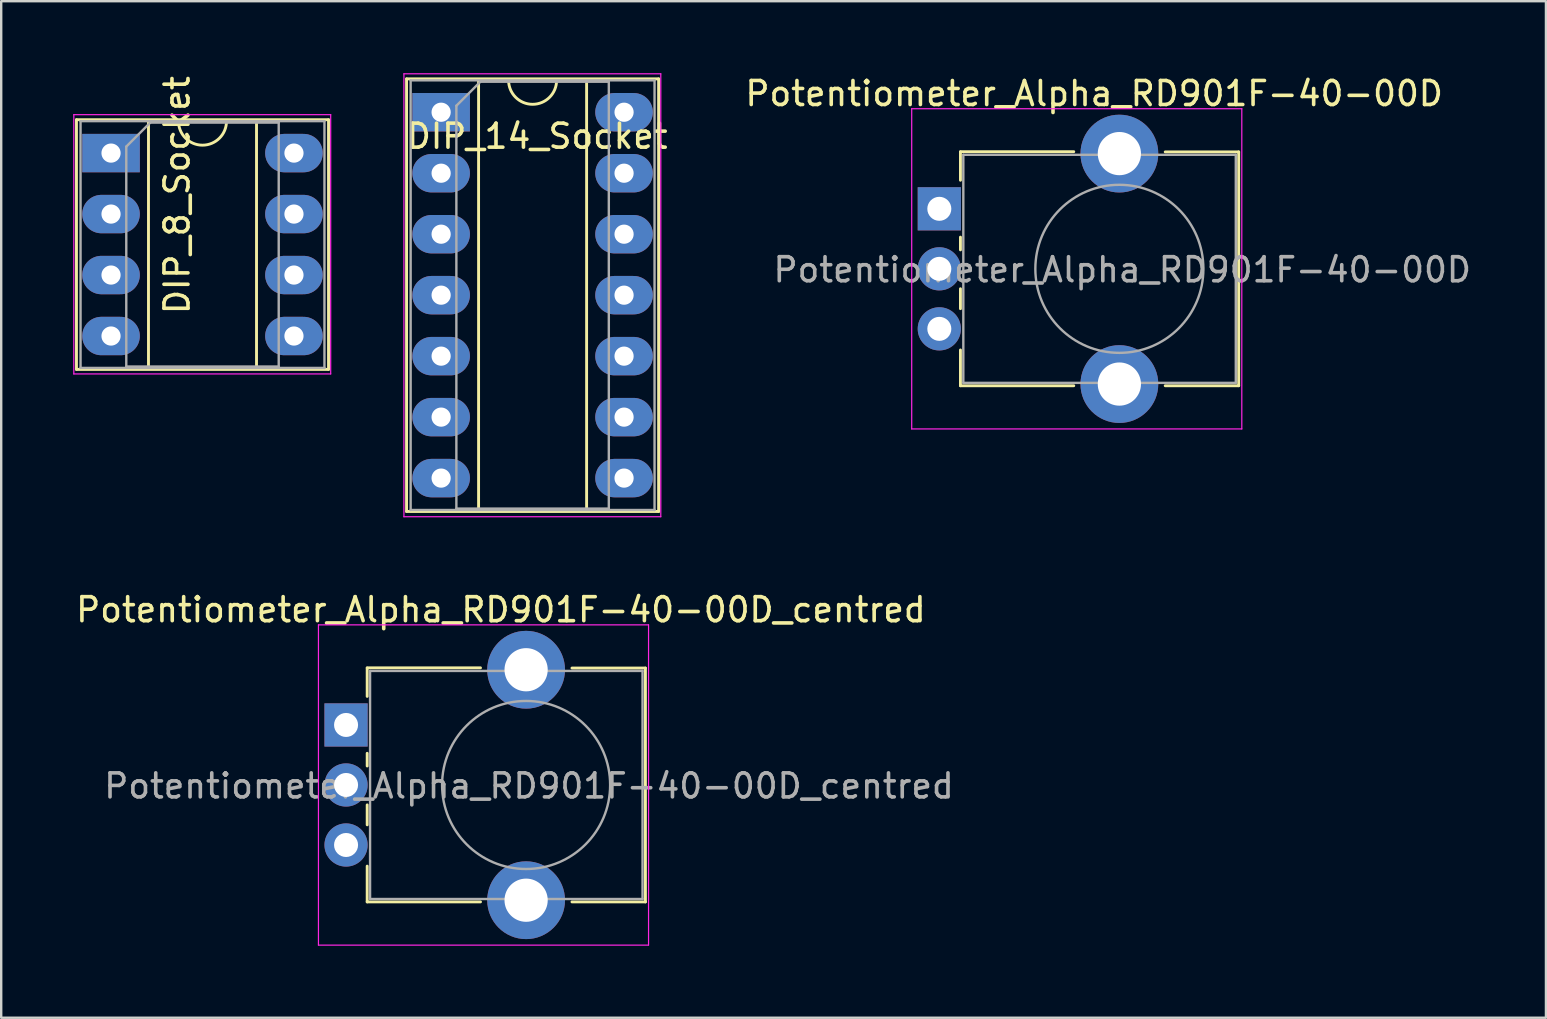
<source format=kicad_pcb>
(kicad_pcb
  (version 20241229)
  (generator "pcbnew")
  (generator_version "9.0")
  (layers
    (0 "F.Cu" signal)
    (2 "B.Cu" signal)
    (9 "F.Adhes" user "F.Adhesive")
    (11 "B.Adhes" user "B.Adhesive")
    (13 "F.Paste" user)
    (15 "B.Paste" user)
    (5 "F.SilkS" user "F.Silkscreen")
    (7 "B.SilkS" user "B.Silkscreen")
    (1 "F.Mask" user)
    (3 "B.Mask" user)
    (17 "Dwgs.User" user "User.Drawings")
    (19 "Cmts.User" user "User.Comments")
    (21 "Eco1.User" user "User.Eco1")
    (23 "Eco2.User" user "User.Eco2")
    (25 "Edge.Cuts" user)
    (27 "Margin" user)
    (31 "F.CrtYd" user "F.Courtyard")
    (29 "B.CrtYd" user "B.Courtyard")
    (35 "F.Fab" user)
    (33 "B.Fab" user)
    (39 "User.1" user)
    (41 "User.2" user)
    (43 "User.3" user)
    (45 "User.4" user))
  (footprint "DIP_14_Socket"
    (layer "F.Cu")
    (at 15.325 1.625)
    (property "Reference" "DIP_14_Socket" (at 4 1 0) (layer "F.SilkS") (effects (font (size 1 1) (thickness 0.15))))
    (attr through_hole)
    (fp_line (start -1.44 -1.39) (end -1.44 16.63) (stroke (width 0.12) (type solid)) (layer "F.SilkS"))
    (fp_line (start -1.44 16.63) (end 9.06 16.63) (stroke (width 0.12) (type solid)) (layer "F.SilkS"))
    (fp_line (start 1.56 -1.33) (end 1.56 16.57) (stroke (width 0.12) (type solid)) (layer "F.SilkS"))
    (fp_line (start 1.56 16.57) (end 6.06 16.57) (stroke (width 0.12) (type solid)) (layer "F.SilkS"))
    (fp_line (start 2.81 -1.33) (end 1.56 -1.33) (stroke (width 0.12) (type solid)) (layer "F.SilkS"))
    (fp_line (start 6.06 -1.33) (end 4.81 -1.33) (stroke (width 0.12) (type solid)) (layer "F.SilkS"))
    (fp_line (start 6.06 16.57) (end 6.06 -1.33) (stroke (width 0.12) (type solid)) (layer "F.SilkS"))
    (fp_line (start 9.06 -1.39) (end -1.44 -1.39) (stroke (width 0.12) (type solid)) (layer "F.SilkS"))
    (fp_line (start 9.06 16.63) (end 9.06 -1.39) (stroke (width 0.12) (type solid)) (layer "F.SilkS"))
    (fp_arc (start 4.81 -1.33) (mid 3.81 -0.33) (end 2.81 -1.33) (stroke (width 0.12) (type solid)) (layer "F.SilkS"))
    (fp_line (start -1.55 -1.6) (end -1.55 16.85) (stroke (width 0.05) (type solid)) (layer "F.CrtYd"))
    (fp_line (start -1.55 16.85) (end 9.15 16.85) (stroke (width 0.05) (type solid)) (layer "F.CrtYd"))
    (fp_line (start 9.15 -1.6) (end -1.55 -1.6) (stroke (width 0.05) (type solid)) (layer "F.CrtYd"))
    (fp_line (start 9.15 16.85) (end 9.15 -1.6) (stroke (width 0.05) (type solid)) (layer "F.CrtYd"))
    (fp_line (start -1.27 -1.33) (end -1.27 16.57) (stroke (width 0.1) (type solid)) (layer "F.Fab"))
    (fp_line (start -1.27 16.57) (end 8.89 16.57) (stroke (width 0.1) (type solid)) (layer "F.Fab"))
    (fp_line (start 0.635 -0.27) (end 1.635 -1.27) (stroke (width 0.1) (type solid)) (layer "F.Fab"))
    (fp_line (start 0.635 16.51) (end 0.635 -0.27) (stroke (width 0.1) (type solid)) (layer "F.Fab"))
    (fp_line (start 1.635 -1.27) (end 6.985 -1.27) (stroke (width 0.1) (type solid)) (layer "F.Fab"))
    (fp_line (start 6.985 -1.27) (end 6.985 16.51) (stroke (width 0.1) (type solid)) (layer "F.Fab"))
    (fp_line (start 6.985 16.51) (end 0.635 16.51) (stroke (width 0.1) (type solid)) (layer "F.Fab"))
    (fp_line (start 8.89 -1.33) (end -1.27 -1.33) (stroke (width 0.1) (type solid)) (layer "F.Fab"))
    (fp_line (start 8.89 16.57) (end 8.89 -1.33) (stroke (width 0.1) (type solid)) (layer "F.Fab"))
    (pad "1" thru_hole rect (at 0 0) (size 2.4 1.6) (drill 0.8) (layers "*.Cu" "*.Mask"))
    (pad "2" thru_hole oval (at 0 2.54) (size 2.4 1.6) (drill 0.8) (layers "*.Cu" "*.Mask"))
    (pad "3" thru_hole oval (at 0 5.08) (size 2.4 1.6) (drill 0.8) (layers "*.Cu" "*.Mask"))
    (pad "4" thru_hole oval (at 0 7.62) (size 2.4 1.6) (drill 0.8) (layers "*.Cu" "*.Mask"))
    (pad "5" thru_hole oval (at 0 10.16) (size 2.4 1.6) (drill 0.8) (layers "*.Cu" "*.Mask"))
    (pad "6" thru_hole oval (at 0 12.7) (size 2.4 1.6) (drill 0.8) (layers "*.Cu" "*.Mask"))
    (pad "7" thru_hole oval (at 0 15.24) (size 2.4 1.6) (drill 0.8) (layers "*.Cu" "*.Mask"))
    (pad "8" thru_hole oval (at 7.62 15.24) (size 2.4 1.6) (drill 0.8) (layers "*.Cu" "*.Mask"))
    (pad "9" thru_hole oval (at 7.62 12.7) (size 2.4 1.6) (drill 0.8) (layers "*.Cu" "*.Mask"))
    (pad "10" thru_hole oval (at 7.62 10.16) (size 2.4 1.6) (drill 0.8) (layers "*.Cu" "*.Mask"))
    (pad "11" thru_hole oval (at 7.62 7.62) (size 2.4 1.6) (drill 0.8) (layers "*.Cu" "*.Mask"))
    (pad "12" thru_hole oval (at 7.62 5.08) (size 2.4 1.6) (drill 0.8) (layers "*.Cu" "*.Mask"))
    (pad "13" thru_hole oval (at 7.62 2.54) (size 2.4 1.6) (drill 0.8) (layers "*.Cu" "*.Mask"))
    (pad "14" thru_hole oval (at 7.62 0) (size 2.4 1.6) (drill 0.8) (layers "*.Cu" "*.Mask")))
  (footprint "Potentiometer_Alpha_RD901F-40-00D_centred"
    (layer "F.Cu")
    (at 18.858 29.688)
    (property "Reference" "Potentiometer_Alpha_RD901F-40-00D_centred" (at -1.043 -7.34 180) (layer "F.SilkS") (effects (font (size 1 1) (thickness 0.15))))
    (attr through_hole)
    (fp_line (start -6.613 -4.92) (end -1.893 -4.92) (stroke (width 0.12) (type solid)) (layer "F.SilkS"))
    (fp_line (start -6.613 -3.73) (end -6.613 -4.91) (stroke (width 0.12) (type solid)) (layer "F.SilkS"))
    (fp_line (start -6.613 -0.83) (end -6.613 -1.36) (stroke (width 0.12) (type solid)) (layer "F.SilkS"))
    (fp_line (start -6.613 1.62) (end -6.613 0.79) (stroke (width 0.12) (type solid)) (layer "F.SilkS"))
    (fp_line (start -6.613 4.83) (end -6.613 3.34) (stroke (width 0.12) (type solid)) (layer "F.SilkS"))
    (fp_line (start -6.613 4.83) (end -1.893 4.83) (stroke (width 0.12) (type solid)) (layer "F.SilkS"))
    (fp_line (start 1.917 -4.91) (end 4.977 -4.91) (stroke (width 0.12) (type solid)) (layer "F.SilkS"))
    (fp_line (start 1.917 4.83) (end 4.977 4.83) (stroke (width 0.12) (type solid)) (layer "F.SilkS"))
    (fp_line (start 4.977 4.83) (end 4.977 -4.91) (stroke (width 0.12) (type solid)) (layer "F.SilkS"))
    (fp_line (start -8.643 -6.71) (end -8.643 6.63) (stroke (width 0.05) (type solid)) (layer "F.CrtYd"))
    (fp_line (start -8.643 6.63) (end 5.107 6.63) (stroke (width 0.05) (type solid)) (layer "F.CrtYd"))
    (fp_line (start 5.107 -6.71) (end -8.643 -6.71) (stroke (width 0.05) (type solid)) (layer "F.CrtYd"))
    (fp_line (start 5.107 6.63) (end 5.107 -6.71) (stroke (width 0.05) (type solid)) (layer "F.CrtYd"))
    (fp_line (start -6.493 -4.79) (end 4.857 -4.79) (stroke (width 0.1) (type solid)) (layer "F.Fab"))
    (fp_line (start -6.493 4.71) (end -6.493 -4.79) (stroke (width 0.1) (type solid)) (layer "F.Fab"))
    (fp_line (start -6.493 4.71) (end 4.857 4.71) (stroke (width 0.1) (type solid)) (layer "F.Fab"))
    (fp_line (start 4.857 4.71) (end 4.857 -4.79) (stroke (width 0.1) (type solid)) (layer "F.Fab"))
    (fp_circle (center 0.007 -0.04) (end 0.007 -3.54) (stroke (width 0.1) (type solid)) (fill no) (layer "F.Fab"))
    (fp_text user "${REFERENCE}" (at 0.127 0 0) (layer "F.Fab") (effects (font (size 1 1) (thickness 0.15))))
    (pad "" thru_hole circle (at 0.007 -4.84 90) (size 3.24 3.24) (drill 1.8) (layers "*.Cu" "*.Mask"))
    (pad "" thru_hole circle (at 0.007 4.76 90) (size 3.24 3.24) (drill 1.8) (layers "*.Cu" "*.Mask"))
    (pad "1" thru_hole rect (at -7.493 -2.54 90) (size 1.8 1.8) (drill 1) (layers "*.Cu" "*.Mask"))
    (pad "2" thru_hole circle (at -7.493 -0.04 90) (size 1.8 1.8) (drill 1) (layers "*.Cu" "*.Mask"))
    (pad "3" thru_hole circle (at -7.493 2.46 90) (size 1.8 1.8) (drill 1) (layers "*.Cu" "*.Mask")))
  (footprint "DIP_8_Socket"
    (layer "F.Cu")
    (at 1.575 3.327)
    (property "Reference" "DIP_8_Socket" (at 2.75 1.75 90) (layer "F.SilkS") (effects (font (size 1 1) (thickness 0.15))))
    (attr through_hole)
    (fp_line (start -1.44 -1.39) (end -1.44 9.01) (stroke (width 0.12) (type solid)) (layer "F.SilkS"))
    (fp_line (start -1.44 9.01) (end 9.06 9.01) (stroke (width 0.12) (type solid)) (layer "F.SilkS"))
    (fp_line (start 1.56 -1.33) (end 1.56 8.95) (stroke (width 0.12) (type solid)) (layer "F.SilkS"))
    (fp_line (start 1.56 8.95) (end 6.06 8.95) (stroke (width 0.12) (type solid)) (layer "F.SilkS"))
    (fp_line (start 2.81 -1.33) (end 1.56 -1.33) (stroke (width 0.12) (type solid)) (layer "F.SilkS"))
    (fp_line (start 6.06 -1.33) (end 4.81 -1.33) (stroke (width 0.12) (type solid)) (layer "F.SilkS"))
    (fp_line (start 6.06 8.95) (end 6.06 -1.33) (stroke (width 0.12) (type solid)) (layer "F.SilkS"))
    (fp_line (start 9.06 -1.39) (end -1.44 -1.39) (stroke (width 0.12) (type solid)) (layer "F.SilkS"))
    (fp_line (start 9.06 9.01) (end 9.06 -1.39) (stroke (width 0.12) (type solid)) (layer "F.SilkS"))
    (fp_arc (start 4.81 -1.33) (mid 3.81 -0.33) (end 2.81 -1.33) (stroke (width 0.12) (type solid)) (layer "F.SilkS"))
    (fp_line (start -1.55 -1.6) (end -1.55 9.2) (stroke (width 0.05) (type solid)) (layer "F.CrtYd"))
    (fp_line (start -1.55 9.2) (end 9.15 9.2) (stroke (width 0.05) (type solid)) (layer "F.CrtYd"))
    (fp_line (start 9.15 -1.6) (end -1.55 -1.6) (stroke (width 0.05) (type solid)) (layer "F.CrtYd"))
    (fp_line (start 9.15 9.2) (end 9.15 -1.6) (stroke (width 0.05) (type solid)) (layer "F.CrtYd"))
    (fp_line (start -1.27 -1.33) (end -1.27 8.95) (stroke (width 0.1) (type solid)) (layer "F.Fab"))
    (fp_line (start -1.27 8.95) (end 8.89 8.95) (stroke (width 0.1) (type solid)) (layer "F.Fab"))
    (fp_line (start 0.635 -0.27) (end 1.635 -1.27) (stroke (width 0.1) (type solid)) (layer "F.Fab"))
    (fp_line (start 0.635 8.89) (end 0.635 -0.27) (stroke (width 0.1) (type solid)) (layer "F.Fab"))
    (fp_line (start 1.635 -1.27) (end 6.985 -1.27) (stroke (width 0.1) (type solid)) (layer "F.Fab"))
    (fp_line (start 6.985 -1.27) (end 6.985 8.89) (stroke (width 0.1) (type solid)) (layer "F.Fab"))
    (fp_line (start 6.985 8.89) (end 0.635 8.89) (stroke (width 0.1) (type solid)) (layer "F.Fab"))
    (fp_line (start 8.89 -1.33) (end -1.27 -1.33) (stroke (width 0.1) (type solid)) (layer "F.Fab"))
    (fp_line (start 8.89 8.95) (end 8.89 -1.33) (stroke (width 0.1) (type solid)) (layer "F.Fab"))
    (pad "1" thru_hole rect (at 0 0) (size 2.4 1.6) (drill 0.8) (layers "*.Cu" "*.Mask"))
    (pad "2" thru_hole oval (at 0 2.54) (size 2.4 1.6) (drill 0.8) (layers "*.Cu" "*.Mask"))
    (pad "3" thru_hole oval (at 0 5.08) (size 2.4 1.6) (drill 0.8) (layers "*.Cu" "*.Mask"))
    (pad "4" thru_hole oval (at 0 7.62) (size 2.4 1.6) (drill 0.8) (layers "*.Cu" "*.Mask"))
    (pad "5" thru_hole oval (at 7.62 7.62) (size 2.4 1.6) (drill 0.8) (layers "*.Cu" "*.Mask"))
    (pad "6" thru_hole oval (at 7.62 5.08) (size 2.4 1.6) (drill 0.8) (layers "*.Cu" "*.Mask"))
    (pad "7" thru_hole oval (at 7.62 2.54) (size 2.4 1.6) (drill 0.8) (layers "*.Cu" "*.Mask"))
    (pad "8" thru_hole oval (at 7.62 0) (size 2.4 1.6) (drill 0.8) (layers "*.Cu" "*.Mask")))
  (footprint "Potentiometer_Alpha_RD901F-40-00D"
    (layer "F.Cu")
    (at 36.077 5.648)
    (property "Reference" "Potentiometer_Alpha_RD901F-40-00D" (at 6.45 -4.8 180) (layer "F.SilkS") (effects (font (size 1 1) (thickness 0.15))))
    (fp_line (start 0.88 -2.38) (end 5.6 -2.38) (stroke (width 0.12) (type solid)) (layer "F.SilkS"))
    (fp_line (start 0.88 -1.19) (end 0.88 -2.37) (stroke (width 0.12) (type solid)) (layer "F.SilkS"))
    (fp_line (start 0.88 1.71) (end 0.88 1.18) (stroke (width 0.12) (type solid)) (layer "F.SilkS"))
    (fp_line (start 0.88 4.16) (end 0.88 3.33) (stroke (width 0.12) (type solid)) (layer "F.SilkS"))
    (fp_line (start 0.88 7.37) (end 0.88 5.88) (stroke (width 0.12) (type solid)) (layer "F.SilkS"))
    (fp_line (start 0.88 7.37) (end 5.6 7.37) (stroke (width 0.12) (type solid)) (layer "F.SilkS"))
    (fp_line (start 9.41 -2.37) (end 12.47 -2.37) (stroke (width 0.12) (type solid)) (layer "F.SilkS"))
    (fp_line (start 9.41 7.37) (end 12.47 7.37) (stroke (width 0.12) (type solid)) (layer "F.SilkS"))
    (fp_line (start 12.47 7.37) (end 12.47 -2.37) (stroke (width 0.12) (type solid)) (layer "F.SilkS"))
    (fp_line (start -1.15 -4.17) (end -1.15 9.17) (stroke (width 0.05) (type solid)) (layer "F.CrtYd"))
    (fp_line (start -1.15 9.17) (end 12.6 9.17) (stroke (width 0.05) (type solid)) (layer "F.CrtYd"))
    (fp_line (start 12.6 -4.17) (end -1.15 -4.17) (stroke (width 0.05) (type solid)) (layer "F.CrtYd"))
    (fp_line (start 12.6 9.17) (end 12.6 -4.17) (stroke (width 0.05) (type solid)) (layer "F.CrtYd"))
    (fp_line (start 1 -2.25) (end 12.35 -2.25) (stroke (width 0.1) (type solid)) (layer "F.Fab"))
    (fp_line (start 1 7.25) (end 1 -2.25) (stroke (width 0.1) (type solid)) (layer "F.Fab"))
    (fp_line (start 1 7.25) (end 12.35 7.25) (stroke (width 0.1) (type solid)) (layer "F.Fab"))
    (fp_line (start 12.35 7.25) (end 12.35 -2.25) (stroke (width 0.1) (type solid)) (layer "F.Fab"))
    (fp_circle (center 7.5 2.5) (end 7.5 -1) (stroke (width 0.1) (type solid)) (fill no) (layer "F.Fab"))
    (fp_text user "${REFERENCE}" (at 7.62 2.54 0) (layer "F.Fab") (effects (font (size 1 1) (thickness 0.15))))
    (pad "" thru_hole circle (at 7.5 -2.3 90) (size 3.24 3.24) (drill 1.8) (layers "*.Cu" "*.Mask"))
    (pad "" thru_hole circle (at 7.5 7.3 90) (size 3.24 3.24) (drill 1.8) (layers "*.Cu" "*.Mask"))
    (pad "1" thru_hole rect (at 0 0 90) (size 1.8 1.8) (drill 1) (layers "*.Cu" "*.Mask"))
    (pad "2" thru_hole circle (at 0 2.5 90) (size 1.8 1.8) (drill 1) (layers "*.Cu" "*.Mask"))
    (pad "3" thru_hole circle (at 0 5 90) (size 1.8 1.8) (drill 1) (layers "*.Cu" "*.Mask")))
  (gr_rect
    (start -3 -3)
    (end 61.346 39.343)
    (stroke (width 0.1) (type default))
    (fill no)
    (layer "Edge.Cuts")))
</source>
